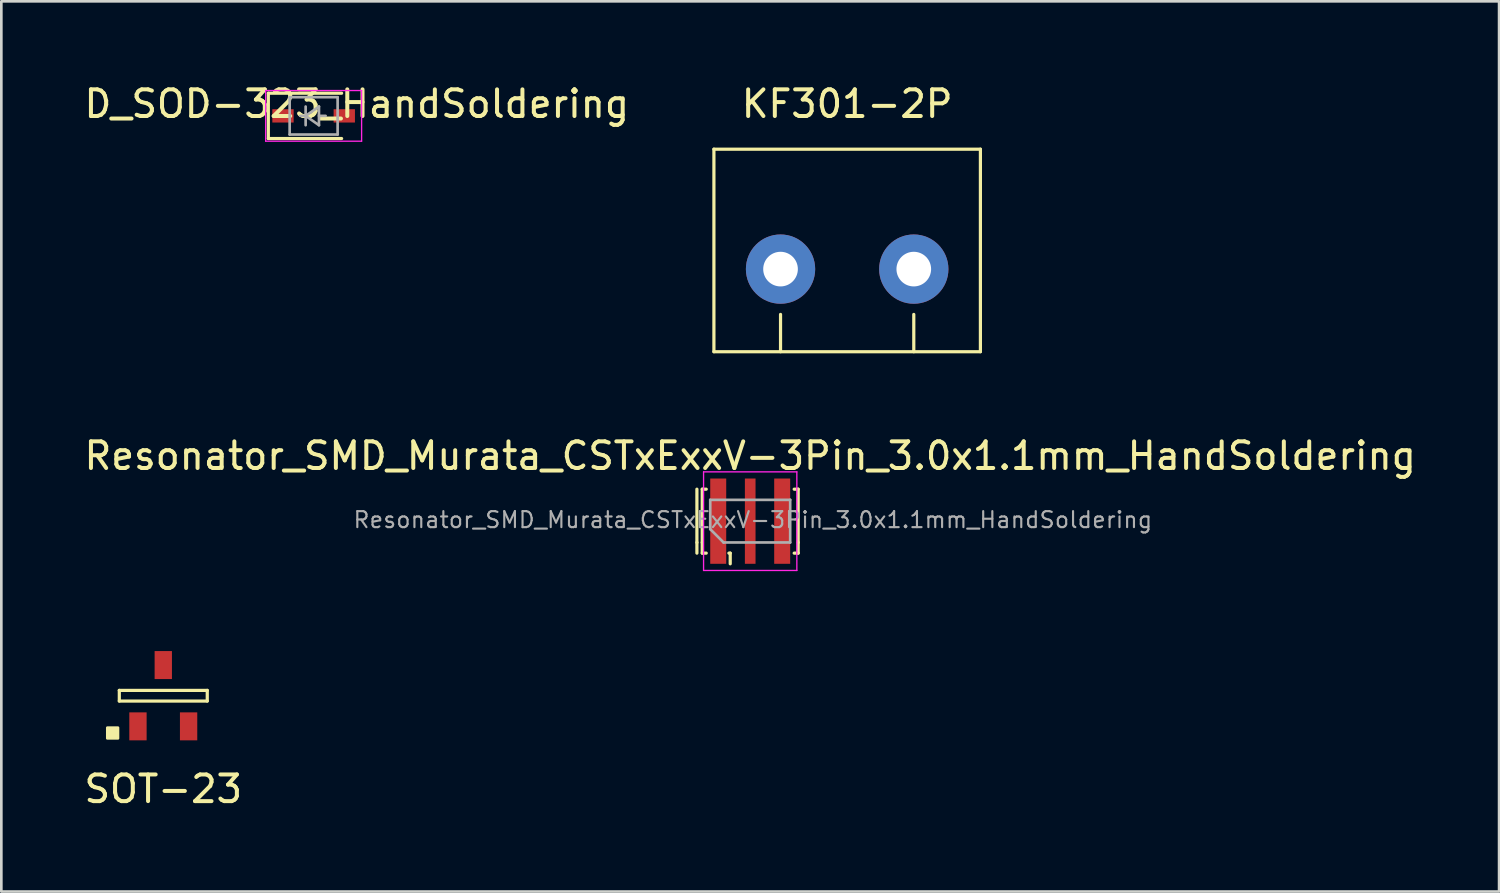
<source format=kicad_pcb>
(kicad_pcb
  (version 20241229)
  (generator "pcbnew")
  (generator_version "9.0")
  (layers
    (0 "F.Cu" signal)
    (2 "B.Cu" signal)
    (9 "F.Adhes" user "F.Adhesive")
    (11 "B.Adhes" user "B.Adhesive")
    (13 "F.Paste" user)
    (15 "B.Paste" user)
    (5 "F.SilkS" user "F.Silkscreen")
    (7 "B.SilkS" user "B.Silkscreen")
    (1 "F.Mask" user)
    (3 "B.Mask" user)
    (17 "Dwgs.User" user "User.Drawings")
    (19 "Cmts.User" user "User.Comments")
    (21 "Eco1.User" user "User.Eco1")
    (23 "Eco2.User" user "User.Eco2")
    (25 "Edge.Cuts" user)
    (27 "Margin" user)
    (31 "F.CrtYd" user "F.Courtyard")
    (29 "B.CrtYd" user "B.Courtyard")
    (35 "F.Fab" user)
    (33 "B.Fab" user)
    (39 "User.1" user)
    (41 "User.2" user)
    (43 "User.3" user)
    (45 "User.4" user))
  (footprint "Resonator_SMD_Murata_CSTxExxV-3Pin_3.0x1.1mm_HandSoldering"
    (layer "F.Cu")
    (at 25.101 16.506)
    (property "Reference" "Resonator_SMD_Murata_CSTxExxV-3Pin_3.0x1.1mm_HandSoldering" (at 0 -2.45 0) (layer "F.SilkS") (effects (font (size 1 1) (thickness 0.15))))
    (attr smd)
    (fp_line (start -2 -1.2) (end -2 0.8) (stroke (width 0.12) (type solid)) (layer "F.SilkS"))
    (fp_line (start -2 0.8) (end -2 1.2) (stroke (width 0.12) (type solid)) (layer "F.SilkS"))
    (fp_line (start -1.8 -1.2) (end -1.65 -1.2) (stroke (width 0.12) (type solid)) (layer "F.SilkS"))
    (fp_line (start -1.8 0.8) (end -1.8 -1.2) (stroke (width 0.12) (type solid)) (layer "F.SilkS"))
    (fp_line (start -1.8 0.8) (end -1.8 1.2) (stroke (width 0.12) (type solid)) (layer "F.SilkS"))
    (fp_line (start -1.8 1.2) (end -1.65 1.2) (stroke (width 0.12) (type solid)) (layer "F.SilkS"))
    (fp_line (start -0.75 1.2) (end -0.8 1.2) (stroke (width 0.12) (type solid)) (layer "F.SilkS"))
    (fp_line (start -0.75 1.2) (end -0.75 1.6) (stroke (width 0.12) (type solid)) (layer "F.SilkS"))
    (fp_line (start 1.8 -1.2) (end 1.65 -1.2) (stroke (width 0.12) (type solid)) (layer "F.SilkS"))
    (fp_line (start 1.8 -1.2) (end 1.8 0.8) (stroke (width 0.12) (type solid)) (layer "F.SilkS"))
    (fp_line (start 1.8 0.8) (end 1.8 1.2) (stroke (width 0.12) (type solid)) (layer "F.SilkS"))
    (fp_line (start 1.8 1.2) (end 1.65 1.2) (stroke (width 0.12) (type solid)) (layer "F.SilkS"))
    (fp_line (start -1.75 -1.85) (end 1.75 -1.85) (stroke (width 0.05) (type solid)) (layer "F.CrtYd"))
    (fp_line (start -1.75 1.85) (end -1.75 -1.85) (stroke (width 0.05) (type solid)) (layer "F.CrtYd"))
    (fp_line (start 1.75 -1.85) (end 1.75 1.85) (stroke (width 0.05) (type solid)) (layer "F.CrtYd"))
    (fp_line (start 1.75 1.85) (end -1.75 1.85) (stroke (width 0.05) (type solid)) (layer "F.CrtYd"))
    (fp_line (start -1.5 0.3) (end -1.5 -0.8) (stroke (width 0.1) (type solid)) (layer "F.Fab"))
    (fp_line (start -1 0.8) (end -1.5 0.3) (stroke (width 0.1) (type solid)) (layer "F.Fab"))
    (fp_line (start -1 0.8) (end 1.5 0.8) (stroke (width 0.1) (type solid)) (layer "F.Fab"))
    (fp_line (start 1.5 -0.8) (end -1.5 -0.8) (stroke (width 0.1) (type solid)) (layer "F.Fab"))
    (fp_line (start 1.5 0.8) (end 1.5 -0.8) (stroke (width 0.1) (type solid)) (layer "F.Fab"))
    (fp_text user "${REFERENCE}" (at 0.1 -0.05 0) (layer "F.Fab") (effects (font (size 0.6 0.6) (thickness 0.08))))
    (pad "1" smd rect (at -1.2 0) (size 0.6 3.2) (layers "F.Cu" "F.Mask" "F.Paste"))
    (pad "2" smd rect (at 0 0) (size 0.4 3.2) (layers "F.Cu" "F.Mask" "F.Paste"))
    (pad "3" smd rect (at 1.2 0) (size 0.6 3.2) (layers "F.Cu" "F.Mask" "F.Paste")))
  (footprint "D_SOD-323_HandSoldering"
    (layer "F.Cu")
    (at 8.719 1.298)
    (property "Reference" "D_SOD-323_HandSoldering" (at 1.62 -0.45 0) (layer "F.SilkS") (effects (font (size 1 1) (thickness 0.15))))
    (attr smd)
    (fp_line (start -1.7 -0.85) (end -1.7 0.85) (stroke (width 0.12) (type solid)) (layer "F.SilkS"))
    (fp_line (start -1.7 -0.85) (end 1.05 -0.85) (stroke (width 0.12) (type solid)) (layer "F.SilkS"))
    (fp_line (start -1.7 0.85) (end 1.05 0.85) (stroke (width 0.12) (type solid)) (layer "F.SilkS"))
    (fp_line (start -1.8 -0.95) (end -1.8 0.95) (stroke (width 0.05) (type solid)) (layer "F.CrtYd"))
    (fp_line (start -1.8 -0.95) (end 1.8 -0.95) (stroke (width 0.05) (type solid)) (layer "F.CrtYd"))
    (fp_line (start -1.8 0.95) (end 1.8 0.95) (stroke (width 0.05) (type solid)) (layer "F.CrtYd"))
    (fp_line (start 1.8 -0.95) (end 1.8 0.95) (stroke (width 0.05) (type solid)) (layer "F.CrtYd"))
    (fp_line (start -0.9 -0.7) (end 0.9 -0.7) (stroke (width 0.1) (type solid)) (layer "F.Fab"))
    (fp_line (start -0.9 0.7) (end -0.9 -0.7) (stroke (width 0.1) (type solid)) (layer "F.Fab"))
    (fp_line (start -0.3 -0.35) (end -0.3 0.35) (stroke (width 0.1) (type solid)) (layer "F.Fab"))
    (fp_line (start -0.3 0) (end -0.5 0) (stroke (width 0.1) (type solid)) (layer "F.Fab"))
    (fp_line (start -0.3 0) (end 0.2 -0.35) (stroke (width 0.1) (type solid)) (layer "F.Fab"))
    (fp_line (start 0.2 -0.35) (end 0.2 0.35) (stroke (width 0.1) (type solid)) (layer "F.Fab"))
    (fp_line (start 0.2 0) (end 0.45 0) (stroke (width 0.1) (type solid)) (layer "F.Fab"))
    (fp_line (start 0.2 0.35) (end -0.3 0) (stroke (width 0.1) (type solid)) (layer "F.Fab"))
    (fp_line (start 0.9 -0.7) (end 0.9 0.7) (stroke (width 0.1) (type solid)) (layer "F.Fab"))
    (fp_line (start 0.9 0.7) (end -0.9 0.7) (stroke (width 0.1) (type solid)) (layer "F.Fab"))
    (pad "1" smd rect (at -1.15 0) (size 0.8 0.5) (layers "F.Cu" "F.Mask" "F.Paste"))
    (pad "2" smd rect (at 1.15 0) (size 0.8 0.5) (layers "F.Cu" "F.Mask" "F.Paste")))
  (footprint "KF301-2P"
    (layer "F.Cu")
    (at 28.739 7.048)
    (property "Reference" "KF301-2P" (at 0 -6.2 0) (layer "F.SilkS") (effects (font (size 1 1) (thickness 0.15))))
    (attr through_hole)
    (fp_line (start -5 -4.5) (end 5 -4.5) (stroke (width 0.12) (type solid)) (layer "F.SilkS"))
    (fp_line (start -5 3.1) (end -5 -4.5) (stroke (width 0.12) (type solid)) (layer "F.SilkS"))
    (fp_line (start -5 3.1) (end 5 3.1) (stroke (width 0.12) (type solid)) (layer "F.SilkS"))
    (fp_line (start -2.5 3.1) (end -2.5 1.7) (stroke (width 0.12) (type solid)) (layer "F.SilkS"))
    (fp_line (start 2.5 3.1) (end 2.5 1.7) (stroke (width 0.12) (type solid)) (layer "F.SilkS"))
    (fp_line (start 5 -4.5) (end 5 3.1) (stroke (width 0.12) (type solid)) (layer "F.SilkS"))
    (pad "1" thru_hole circle (at -2.5 0) (size 2.6 2.6) (drill 1.3) (layers "*.Cu" "*.Mask"))
    (pad "2" thru_hole circle (at 2.5 0) (size 2.6 2.6) (drill 1.3) (layers "*.Cu" "*.Mask")))
  (footprint "SOT-23"
    (layer "F.Cu")
    (at 3.077 23.056)
    (property "Reference" "SOT-23" (at 0 3.5 0) (layer "F.SilkS") (effects (font (size 1 1) (thickness 0.15))))
    (attr through_hole)
    (fp_line (start -1.65 -0.2) (end -1.65 0.2) (stroke (width 0.12) (type solid)) (layer "F.SilkS"))
    (fp_line (start -1.65 0.2) (end 1.65 0.2) (stroke (width 0.12) (type solid)) (layer "F.SilkS"))
    (fp_line (start 1.65 -0.2) (end -1.65 -0.2) (stroke (width 0.12) (type solid)) (layer "F.SilkS"))
    (fp_line (start 1.65 0.2) (end 1.65 -0.2) (stroke (width 0.12) (type solid)) (layer "F.SilkS"))
    (fp_poly (pts (xy -1.7 1.6) (xy -2.1 1.6) (xy -2.1 1.2) (xy -1.7 1.2)) (stroke (width 0.1) (type solid)) (fill yes) (layer "F.SilkS"))
    (pad "1" smd rect (at -0.95 1.15) (size 0.65 1.05) (layers "F.Cu" "F.Mask" "F.Paste"))
    (pad "2" smd rect (at 0.95 1.15) (size 0.65 1.05) (layers "F.Cu" "F.Mask" "F.Paste"))
    (pad "3" smd rect (at 0 -1.15) (size 0.65 1.05) (layers "F.Cu" "F.Mask" "F.Paste")))
  (gr_rect
    (start -3 -3)
    (end 53.202 30.405)
    (stroke (width 0.1) (type default))
    (fill no)
    (layer "Edge.Cuts")))
</source>
